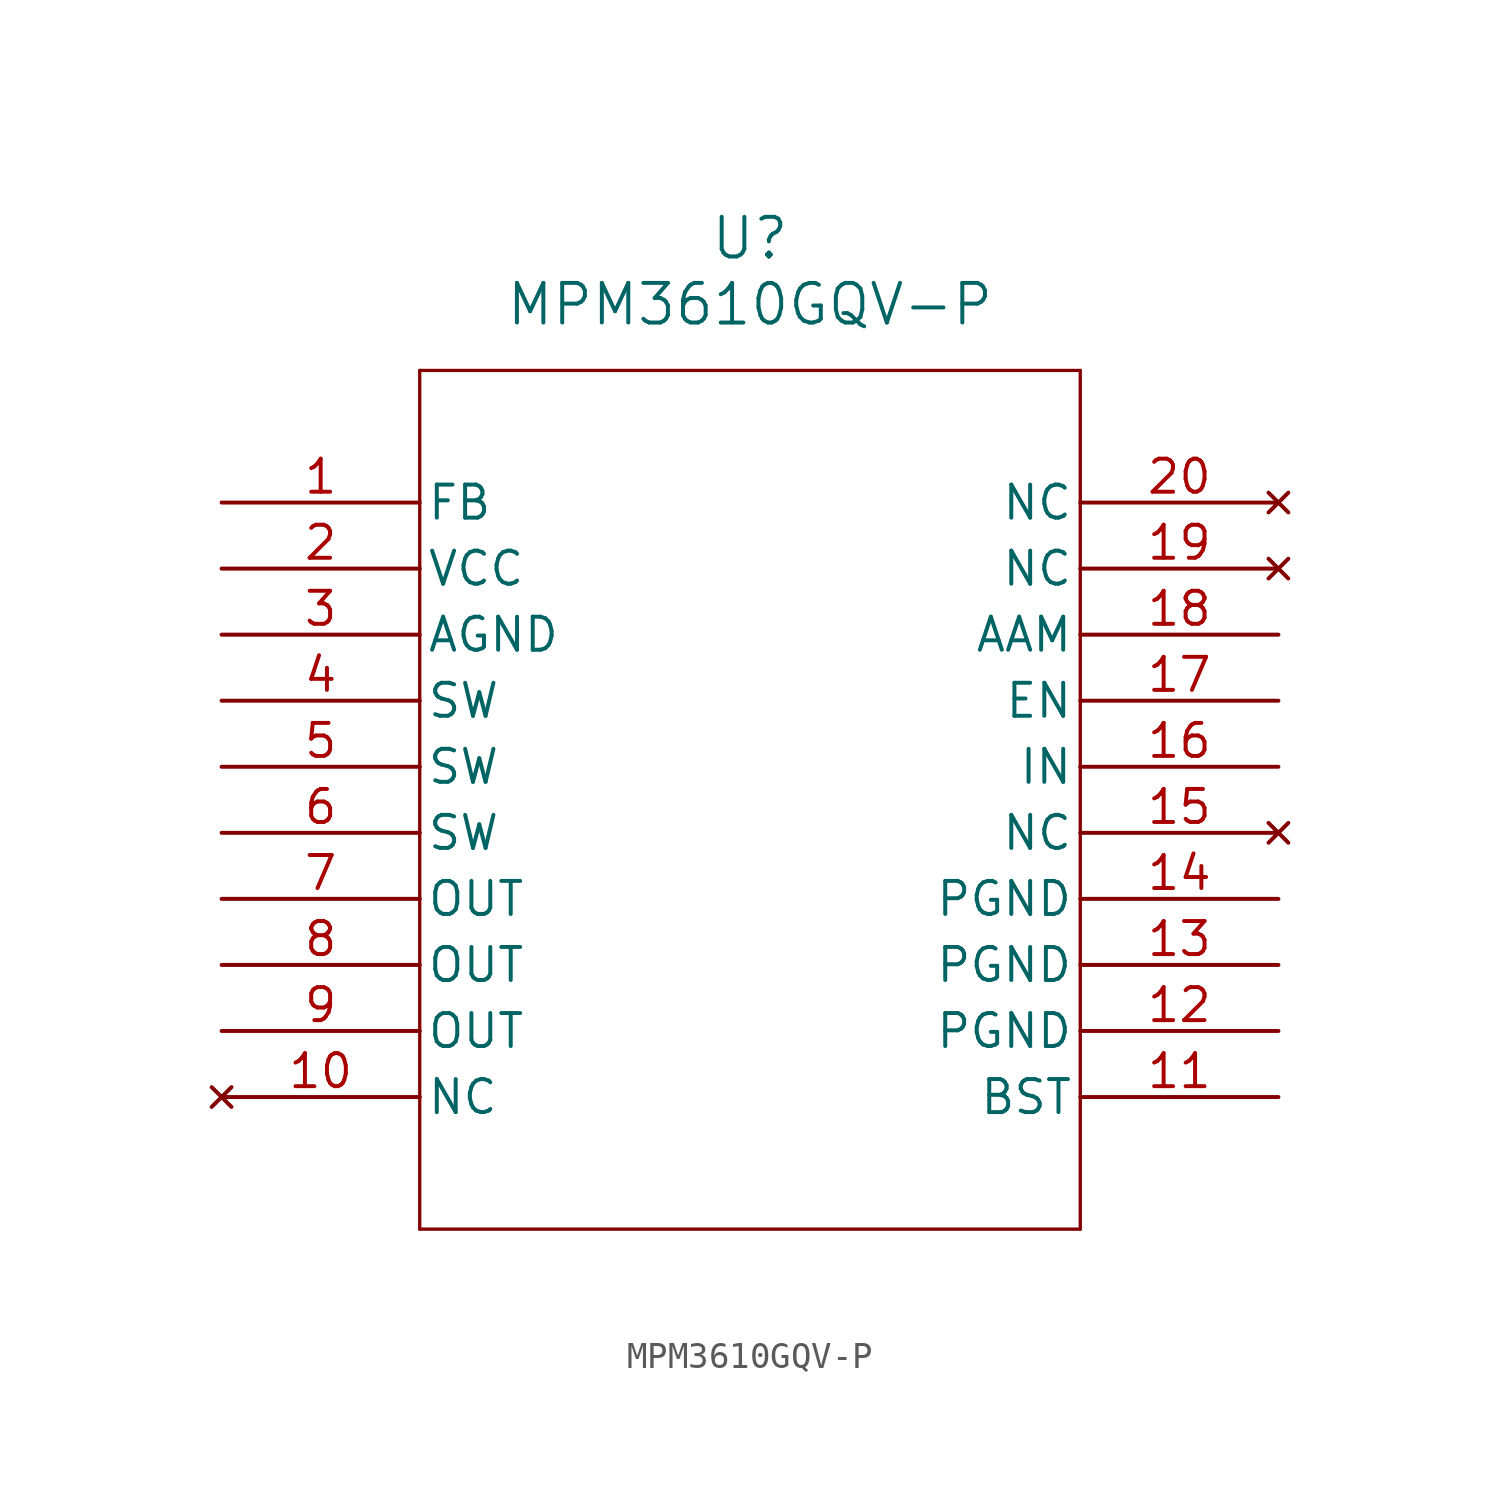
<source format=kicad_sym>
(kicad_symbol_lib
  (version 20211014)
  (generator kicad_symbol_editor)
  (symbol "MPM3610GQV-P"
    (pin_names
      (offset 0.254))
    (property "Reference" "U"
      (at 20.32 10.16 0)
      (effects (font (size 1.524 1.524))))
    (property "Value" "MPM3610GQV-P"
      (at 20.32 7.62 0)
      (effects (font (size 1.524 1.524))))
    (symbol "MPM3610GQV-P_0_1"
      (polyline (pts (xy 7.62 5.08) (xy 7.62 -27.94)) (stroke (width 0.127) (type default) (color 0 0 0 0)) (fill (type none)))
      (polyline (pts (xy 7.62 -27.94) (xy 33.02 -27.94)) (stroke (width 0.127) (type default) (color 0 0 0 0)) (fill (type none)))
      (polyline (pts (xy 33.02 -27.94) (xy 33.02 5.08)) (stroke (width 0.127) (type default) (color 0 0 0 0)) (fill (type none)))
      (polyline (pts (xy 33.02 5.08) (xy 7.62 5.08)) (stroke (width 0.127) (type default) (color 0 0 0 0)) (fill (type none)))
      (pin unspecified line (at 0 0 0) (length 7.62) (name "FB" (effects (font (size 1.27 1.27)))) (number "1" (effects (font (size 1.27 1.27)))))
      (pin power_in line (at 0 -2.54 0) (length 7.62) (name "VCC" (effects (font (size 1.27 1.27)))) (number "2" (effects (font (size 1.27 1.27)))))
      (pin power_out line (at 0 -5.08 0) (length 7.62) (name "AGND" (effects (font (size 1.27 1.27)))) (number "3" (effects (font (size 1.27 1.27)))))
      (pin output line (at 0 -7.62 0) (length 7.62) (name "SW" (effects (font (size 1.27 1.27)))) (number "4" (effects (font (size 1.27 1.27)))))
      (pin output line (at 0 -10.16 0) (length 7.62) (name "SW" (effects (font (size 1.27 1.27)))) (number "5" (effects (font (size 1.27 1.27)))))
      (pin output line (at 0 -12.7 0) (length 7.62) (name "SW" (effects (font (size 1.27 1.27)))) (number "6" (effects (font (size 1.27 1.27)))))
      (pin output line (at 0 -15.24 0) (length 7.62) (name "OUT" (effects (font (size 1.27 1.27)))) (number "7" (effects (font (size 1.27 1.27)))))
      (pin output line (at 0 -17.78 0) (length 7.62) (name "OUT" (effects (font (size 1.27 1.27)))) (number "8" (effects (font (size 1.27 1.27)))))
      (pin output line (at 0 -20.32 0) (length 7.62) (name "OUT" (effects (font (size 1.27 1.27)))) (number "9" (effects (font (size 1.27 1.27)))))
      (pin no_connect line (at 0 -22.86 0) (length 7.62) (name "NC" (effects (font (size 1.27 1.27)))) (number "10" (effects (font (size 1.27 1.27)))))
      (pin unspecified line (at 40.64 -22.86 180) (length 7.62) (name "BST" (effects (font (size 1.27 1.27)))) (number "11" (effects (font (size 1.27 1.27)))))
      (pin power_out line (at 40.64 -20.32 180) (length 7.62) (name "PGND" (effects (font (size 1.27 1.27)))) (number "12" (effects (font (size 1.27 1.27)))))
      (pin power_out line (at 40.64 -17.78 180) (length 7.62) (name "PGND" (effects (font (size 1.27 1.27)))) (number "13" (effects (font (size 1.27 1.27)))))
      (pin power_out line (at 40.64 -15.24 180) (length 7.62) (name "PGND" (effects (font (size 1.27 1.27)))) (number "14" (effects (font (size 1.27 1.27)))))
      (pin no_connect line (at 40.64 -12.7 180) (length 7.62) (name "NC" (effects (font (size 1.27 1.27)))) (number "15" (effects (font (size 1.27 1.27)))))
      (pin power_in line (at 40.64 -10.16 180) (length 7.62) (name "IN" (effects (font (size 1.27 1.27)))) (number "16" (effects (font (size 1.27 1.27)))))
      (pin unspecified line (at 40.64 -7.62 180) (length 7.62) (name "EN" (effects (font (size 1.27 1.27)))) (number "17" (effects (font (size 1.27 1.27)))))
      (pin unspecified line (at 40.64 -5.08 180) (length 7.62) (name "AAM" (effects (font (size 1.27 1.27)))) (number "18" (effects (font (size 1.27 1.27)))))
      (pin no_connect line (at 40.64 -2.54 180) (length 7.62) (name "NC" (effects (font (size 1.27 1.27)))) (number "19" (effects (font (size 1.27 1.27)))))
      (pin no_connect line (at 40.64 0 180) (length 7.62) (name "NC" (effects (font (size 1.27 1.27)))) (number "20" (effects (font (size 1.27 1.27))))))))
</source>
